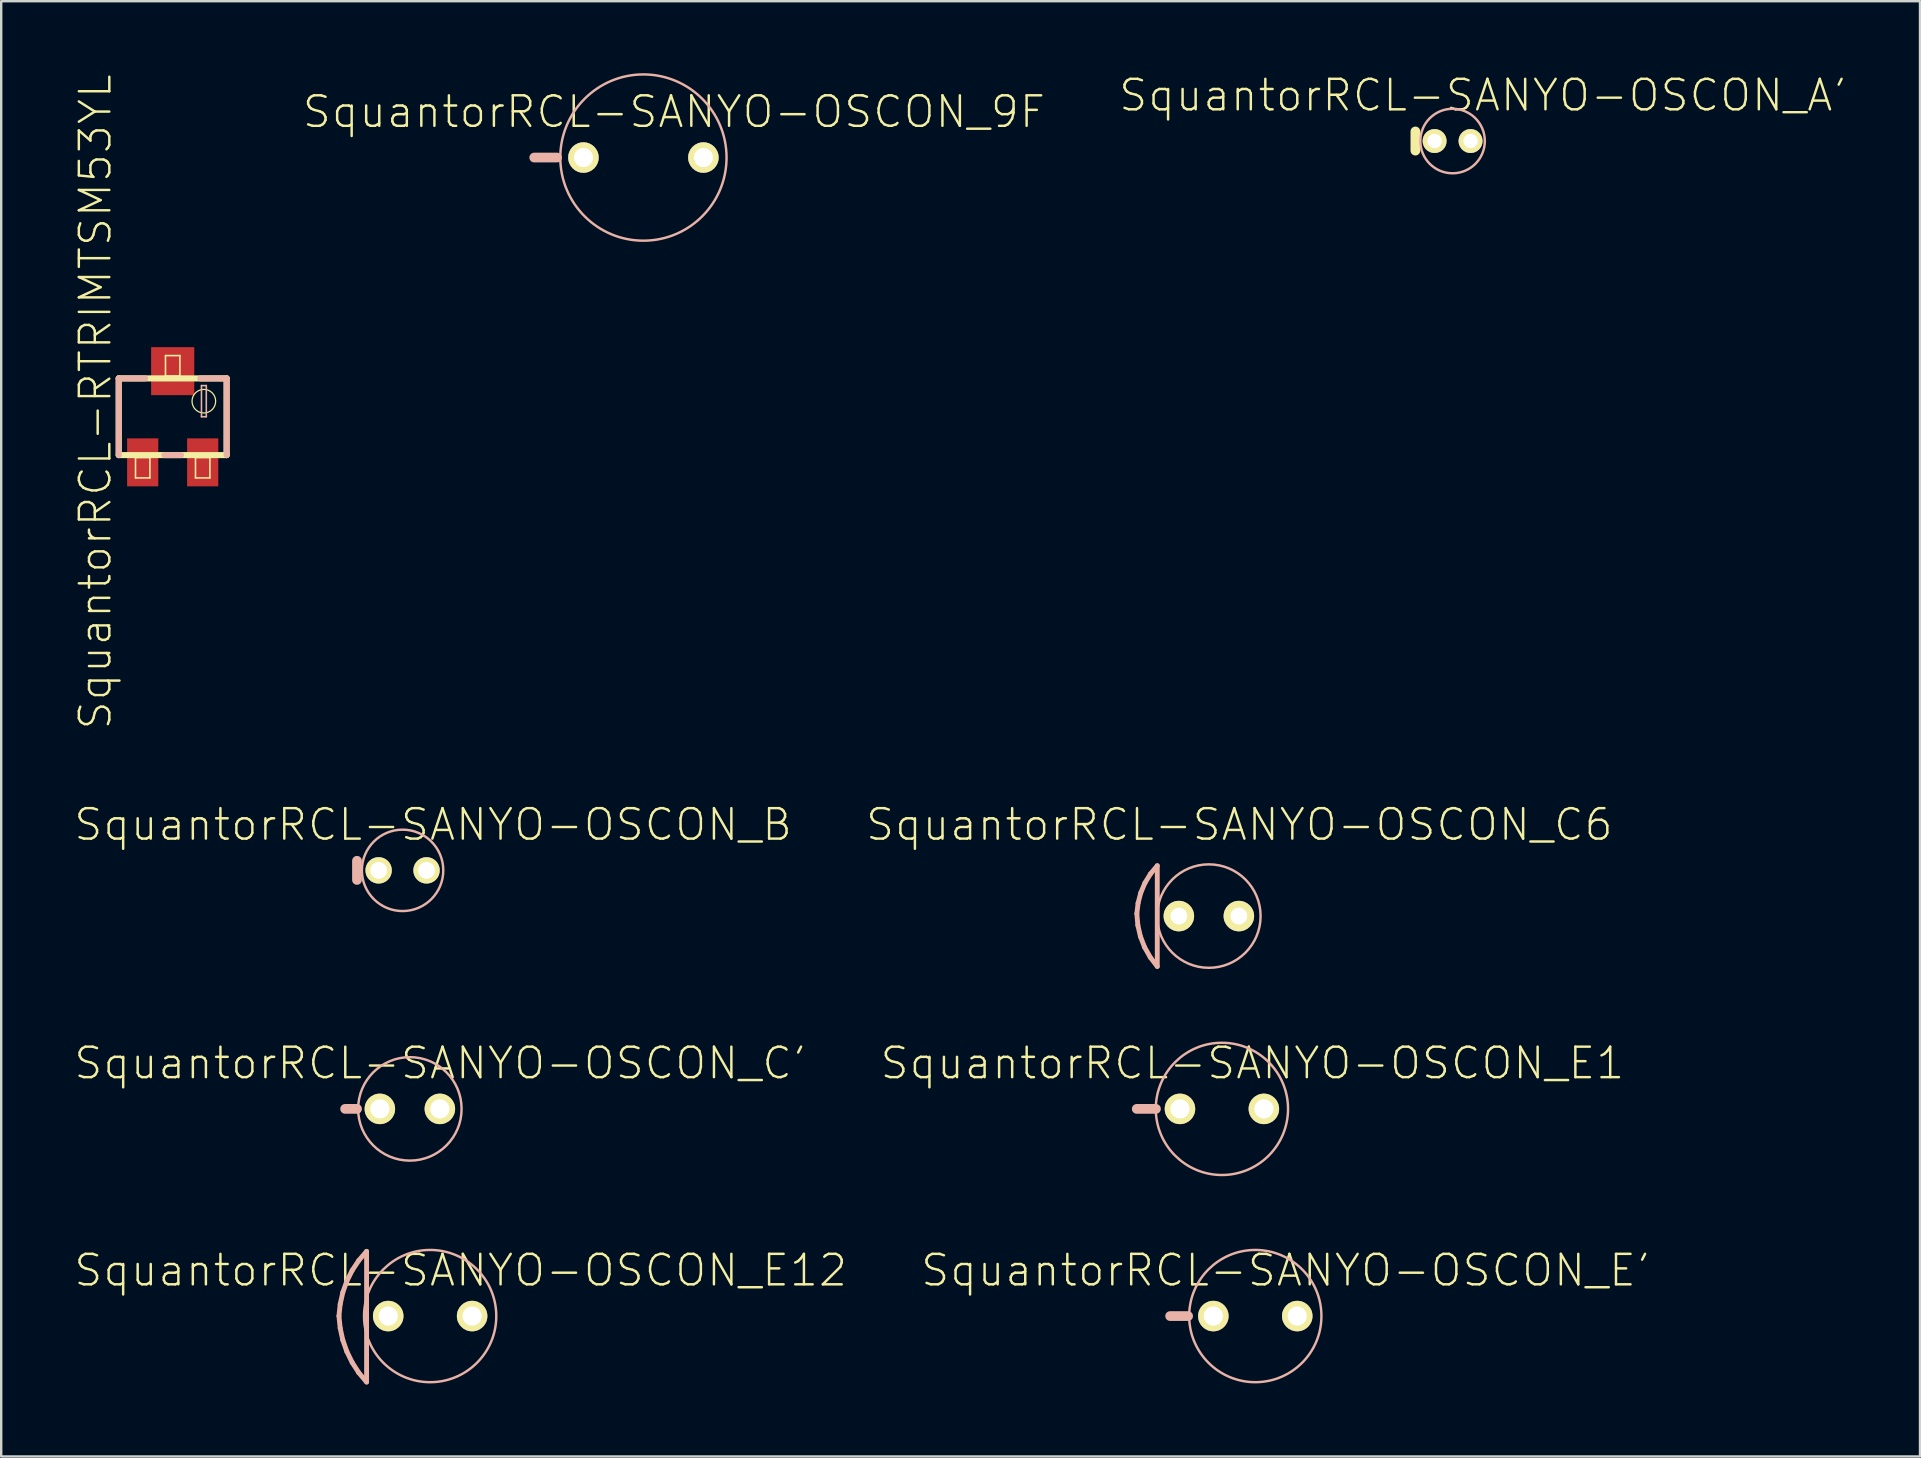
<source format=kicad_pcb>
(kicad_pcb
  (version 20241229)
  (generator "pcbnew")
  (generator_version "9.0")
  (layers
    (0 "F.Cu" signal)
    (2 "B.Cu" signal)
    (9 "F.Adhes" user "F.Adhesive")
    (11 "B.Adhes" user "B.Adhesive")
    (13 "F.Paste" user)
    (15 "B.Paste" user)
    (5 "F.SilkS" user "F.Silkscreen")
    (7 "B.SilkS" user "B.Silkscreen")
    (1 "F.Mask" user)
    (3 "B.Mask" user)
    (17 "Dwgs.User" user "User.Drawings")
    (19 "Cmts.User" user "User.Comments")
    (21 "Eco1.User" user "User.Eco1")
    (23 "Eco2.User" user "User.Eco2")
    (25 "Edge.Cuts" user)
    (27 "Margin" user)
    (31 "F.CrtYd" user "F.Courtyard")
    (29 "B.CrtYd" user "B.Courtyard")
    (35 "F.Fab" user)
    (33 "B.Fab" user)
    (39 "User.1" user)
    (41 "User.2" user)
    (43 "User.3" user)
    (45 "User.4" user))
  (footprint "SquantorRCL-SANYO-OSCON_E1"
    (layer "F.Cu")
    (at 47.859 43.15)
    (property "Reference" "SquantorRCL-SANYO-OSCON_E1" (at 1.27 -1.905 0) (layer "F.SilkS") (effects (font (size 1.27 1.27) (thickness 0.102))))
    (attr exclude_from_pos_files exclude_from_bom)
    (fp_line (start -3.548 0) (end -2.748 0) (stroke (width 0.406) (type solid)) (layer "B.SilkS"))
    (fp_circle (center 0 0) (end -1.948 1.948) (stroke (width 0.102) (type solid)) (fill no) (layer "B.SilkS"))
    (pad "+" thru_hole circle (at 1.748 0) (size 1.27 1.27) (drill 0.798) (layers "*.Cu" "F.Mask" "F.SilkS" "F.Paste"))
    (pad "-" thru_hole circle (at -1.748 0) (size 1.27 1.27) (drill 0.798) (layers "*.Cu" "F.Mask" "F.SilkS" "F.Paste")))
  (footprint "SquantorRCL-SANYO-OSCON_E'"
    (layer "F.Cu")
    (at 49.25 51.782)
    (property "Reference" "SquantorRCL-SANYO-OSCON_E'" (at 1.27 -1.905 0) (layer "F.SilkS") (effects (font (size 1.27 1.27) (thickness 0.102))))
    (attr exclude_from_pos_files exclude_from_bom)
    (fp_line (start -3.548 0) (end -2.799 0) (stroke (width 0.406) (type solid)) (layer "B.SilkS"))
    (fp_circle (center 0 0) (end -1.948 1.948) (stroke (width 0.102) (type solid)) (fill no) (layer "B.SilkS"))
    (pad "+" thru_hole circle (at 1.748 0) (size 1.27 1.27) (drill 0.798) (layers "*.Cu" "F.Mask" "F.SilkS" "F.Paste"))
    (pad "-" thru_hole circle (at -1.748 0) (size 1.27 1.27) (drill 0.798) (layers "*.Cu" "F.Mask" "F.SilkS" "F.Paste")))
  (footprint "SquantorRCL-SANYO-OSCON_C'"
    (layer "F.Cu")
    (at 14.026 43.15)
    (property "Reference" "SquantorRCL-SANYO-OSCON_C'" (at 1.27 -1.905 0) (layer "F.SilkS") (effects (font (size 1.27 1.27) (thickness 0.102))))
    (attr exclude_from_pos_files exclude_from_bom)
    (fp_line (start -2.2 0) (end -2.697 0) (stroke (width 0.406) (type solid)) (layer "B.SilkS"))
    (fp_circle (center 0 0) (end -1.524 1.524) (stroke (width 0.102) (type solid)) (fill no) (layer "B.SilkS"))
    (pad "+" thru_hole circle (at 1.25 0) (size 1.27 1.27) (drill 0.798) (layers "*.Cu" "F.Mask" "F.SilkS" "F.Paste"))
    (pad "-" thru_hole circle (at -1.25 0) (size 1.27 1.27) (drill 0.798) (layers "*.Cu" "F.Mask" "F.SilkS" "F.Paste")))
  (footprint "SquantorRCL-SANYO-OSCON_9F"
    (layer "F.Cu")
    (at 23.757 3.514)
    (property "Reference" "SquantorRCL-SANYO-OSCON_9F" (at 1.27 -1.905 0) (layer "F.SilkS") (effects (font (size 1.27 1.27) (thickness 0.102))))
    (attr exclude_from_pos_files exclude_from_bom)
    (fp_line (start -4.549 0) (end -3.599 0) (stroke (width 0.406) (type solid)) (layer "B.SilkS"))
    (fp_circle (center 0 0) (end -2.449 2.449) (stroke (width 0.102) (type solid)) (fill no) (layer "B.SilkS"))
    (pad "+" thru_hole circle (at 2.499 0) (size 1.27 1.27) (drill 0.798) (layers "*.Cu" "F.Mask" "F.SilkS" "F.Paste"))
    (pad "-" thru_hole circle (at -2.499 0) (size 1.27 1.27) (drill 0.798) (layers "*.Cu" "F.Mask" "F.SilkS" "F.Paste")))
  (footprint "SquantorRCL-SANYO-OSCON_B"
    (layer "F.Cu")
    (at 13.723 33.212)
    (property "Reference" "SquantorRCL-SANYO-OSCON_B" (at 1.27 -1.905 0) (layer "F.SilkS") (effects (font (size 1.27 1.27) (thickness 0.102))))
    (attr exclude_from_pos_files exclude_from_bom)
    (fp_line (start -1.9 0.399) (end -1.9 -0.399) (stroke (width 0.406) (type solid)) (layer "B.SilkS"))
    (fp_circle (center 0 0) (end -1.199 1.199) (stroke (width 0.102) (type solid)) (fill no) (layer "B.SilkS"))
    (pad "+" thru_hole circle (at 0.998 0) (size 1.1 1.1) (drill 0.699) (layers "*.Cu" "F.Mask" "F.SilkS" "F.Paste"))
    (pad "-" thru_hole circle (at -0.998 0) (size 1.1 1.1) (drill 0.699) (layers "*.Cu" "F.Mask" "F.SilkS" "F.Paste")))
  (footprint "SquantorRCL-RTRIMTSM53YL"
    (layer "F.Cu")
    (at 4.145 14.313)
    (property "Reference" "SquantorRCL-RTRIMTSM53YL" (at -3.223 -0.62 90) (layer "F.SilkS") (effects (font (size 1.27 1.27) (thickness 0.102))))
    (attr smd)
    (fp_line (start -2.248 -1.598) (end -2.248 1.598) (stroke (width 0.254) (type solid)) (layer "F.SilkS"))
    (fp_line (start -2.248 1.598) (end 2.248 1.598) (stroke (width 0.254) (type solid)) (layer "F.SilkS"))
    (fp_line (start -1.549 1.699) (end -0.95 1.699) (stroke (width 0.066) (type solid)) (layer "F.SilkS"))
    (fp_line (start -1.549 2.548) (end -1.549 1.699) (stroke (width 0.066) (type solid)) (layer "F.SilkS"))
    (fp_line (start -1.549 2.548) (end -0.95 2.548) (stroke (width 0.066) (type solid)) (layer "F.SilkS"))
    (fp_line (start -0.95 2.548) (end -0.95 1.699) (stroke (width 0.066) (type solid)) (layer "F.SilkS"))
    (fp_line (start -0.3 -2.548) (end 0.3 -2.548) (stroke (width 0.066) (type solid)) (layer "F.SilkS"))
    (fp_line (start -0.3 -1.699) (end -0.3 -2.548) (stroke (width 0.066) (type solid)) (layer "F.SilkS"))
    (fp_line (start -0.3 -1.699) (end 0.3 -1.699) (stroke (width 0.066) (type solid)) (layer "F.SilkS"))
    (fp_line (start 0.3 -1.699) (end 0.3 -2.548) (stroke (width 0.066) (type solid)) (layer "F.SilkS"))
    (fp_line (start 0.95 1.699) (end 1.549 1.699) (stroke (width 0.066) (type solid)) (layer "F.SilkS"))
    (fp_line (start 0.95 2.548) (end 0.95 1.699) (stroke (width 0.066) (type solid)) (layer "F.SilkS"))
    (fp_line (start 0.95 2.548) (end 1.549 2.548) (stroke (width 0.066) (type solid)) (layer "F.SilkS"))
    (fp_line (start 1.549 2.548) (end 1.549 1.699) (stroke (width 0.066) (type solid)) (layer "F.SilkS"))
    (fp_line (start 2.248 -1.598) (end -2.248 -1.598) (stroke (width 0.254) (type solid)) (layer "F.SilkS"))
    (fp_line (start 2.248 1.598) (end 2.248 -1.598) (stroke (width 0.254) (type solid)) (layer "F.SilkS"))
    (fp_circle (center 1.298 -0.648) (end 1.646 -0.996) (stroke (width 0.051) (type solid)) (fill no) (layer "F.SilkS"))
    (fp_line (start -2.248 -1.598) (end -1.148 -1.598) (stroke (width 0.254) (type solid)) (layer "B.SilkS"))
    (fp_line (start -2.248 1.598) (end -2.248 -1.598) (stroke (width 0.254) (type solid)) (layer "B.SilkS"))
    (fp_line (start -0.348 1.598) (end 0.348 1.598) (stroke (width 0.254) (type solid)) (layer "B.SilkS"))
    (fp_line (start 1.199 -1.298) (end 1.4 -1.298) (stroke (width 0.066) (type solid)) (layer "B.SilkS"))
    (fp_line (start 1.199 0) (end 1.199 -1.298) (stroke (width 0.066) (type solid)) (layer "B.SilkS"))
    (fp_line (start 1.199 0) (end 1.4 0) (stroke (width 0.066) (type solid)) (layer "B.SilkS"))
    (fp_line (start 1.4 0) (end 1.4 -1.298) (stroke (width 0.066) (type solid)) (layer "B.SilkS"))
    (fp_line (start 2.248 -1.598) (end 1.148 -1.598) (stroke (width 0.254) (type solid)) (layer "B.SilkS"))
    (fp_line (start 2.248 1.598) (end 2.248 -1.598) (stroke (width 0.254) (type solid)) (layer "B.SilkS"))
    (pad "1" smd rect (at -1.25 1.9) (size 1.298 1.999) (layers "F.Cu" "F.Mask" "F.Paste"))
    (pad "2" smd rect (at 0 -1.9) (size 1.798 1.999) (layers "F.Cu" "F.Mask" "F.Paste"))
    (pad "3" smd rect (at 1.25 1.9) (size 1.298 1.999) (layers "F.Cu" "F.Mask" "F.Paste")))
  (footprint "SquantorRCL-SANYO-OSCON_A'"
    (layer "F.Cu")
    (at 57.469 2.826)
    (property "Reference" "SquantorRCL-SANYO-OSCON_A'" (at 1.27 -1.905 0) (layer "F.SilkS") (effects (font (size 1.27 1.27) (thickness 0.102))))
    (attr exclude_from_pos_files exclude_from_bom)
    (fp_line (start -1.549 0.399) (end -1.549 -0.399) (stroke (width 0.406) (type solid)) (layer "F.SilkS"))
    (fp_circle (center 0 0) (end -0.95 0.95) (stroke (width 0.102) (type solid)) (fill no) (layer "B.SilkS"))
    (pad "+" thru_hole circle (at 0.749 0) (size 0.998 0.998) (drill 0.599) (layers "*.Cu" "F.Mask" "F.SilkS" "F.Paste"))
    (pad "-" thru_hole circle (at -0.749 0) (size 0.998 0.998) (drill 0.599) (layers "*.Cu" "F.Mask" "F.SilkS" "F.Paste")))
  (footprint "SquantorRCL-SANYO-OSCON_E12"
    (layer "F.Cu")
    (at 14.872 51.782)
    (property "Reference" "SquantorRCL-SANYO-OSCON_E12" (at 1.27 -1.905 0) (layer "F.SilkS") (effects (font (size 1.27 1.27) (thickness 0.102))))
    (attr exclude_from_pos_files exclude_from_bom)
    (fp_line (start -3.8 0) (end -3.749 -0.495) (stroke (width 0.203) (type solid)) (layer "B.SilkS"))
    (fp_line (start -3.749 -0.495) (end -3.64 -0.983) (stroke (width 0.203) (type solid)) (layer "B.SilkS"))
    (fp_line (start -3.749 0.503) (end -3.8 0) (stroke (width 0.203) (type solid)) (layer "B.SilkS"))
    (fp_line (start -3.64 -0.983) (end -3.472 -1.455) (stroke (width 0.203) (type solid)) (layer "B.SilkS"))
    (fp_line (start -3.64 0.998) (end -3.749 0.503) (stroke (width 0.203) (type solid)) (layer "B.SilkS"))
    (fp_line (start -3.472 -1.455) (end -3.249 -1.902) (stroke (width 0.203) (type solid)) (layer "B.SilkS"))
    (fp_line (start -3.472 1.478) (end -3.64 0.998) (stroke (width 0.203) (type solid)) (layer "B.SilkS"))
    (fp_line (start -3.249 -1.902) (end -2.972 -2.319) (stroke (width 0.203) (type solid)) (layer "B.SilkS"))
    (fp_line (start -3.249 1.933) (end -3.472 1.478) (stroke (width 0.203) (type solid)) (layer "B.SilkS"))
    (fp_line (start -2.974 2.36) (end -3.249 1.933) (stroke (width 0.203) (type solid)) (layer "B.SilkS"))
    (fp_line (start -2.972 -2.319) (end -2.649 -2.697) (stroke (width 0.203) (type solid)) (layer "B.SilkS"))
    (fp_line (start -2.649 -2.697) (end -2.649 2.748) (stroke (width 0.203) (type solid)) (layer "B.SilkS"))
    (fp_line (start -2.649 2.748) (end -2.974 2.36) (stroke (width 0.203) (type solid)) (layer "B.SilkS"))
    (fp_circle (center 0 0) (end -1.948 1.948) (stroke (width 0.102) (type solid)) (fill no) (layer "B.SilkS"))
    (pad "+" thru_hole circle (at 1.748 0) (size 1.27 1.27) (drill 0.798) (layers "*.Cu" "F.Mask" "F.SilkS" "F.Paste"))
    (pad "-" thru_hole circle (at -1.748 0) (size 1.27 1.27) (drill 0.798) (layers "*.Cu" "F.Mask" "F.SilkS" "F.Paste")))
  (footprint "SquantorRCL-SANYO-OSCON_C6"
    (layer "F.Cu")
    (at 47.315 35.117)
    (property "Reference" "SquantorRCL-SANYO-OSCON_C6" (at 1.27 -3.81 0) (layer "F.SilkS") (effects (font (size 1.27 1.27) (thickness 0.102))))
    (attr exclude_from_pos_files exclude_from_bom)
    (fp_line (start -3 -0.099) (end -2.949 -0.541) (stroke (width 0.203) (type solid)) (layer "B.SilkS"))
    (fp_line (start -2.959 0.378) (end -3 -0.099) (stroke (width 0.203) (type solid)) (layer "B.SilkS"))
    (fp_line (start -2.949 -0.541) (end -2.837 -0.97) (stroke (width 0.203) (type solid)) (layer "B.SilkS"))
    (fp_line (start -2.852 0.848) (end -2.959 0.378) (stroke (width 0.203) (type solid)) (layer "B.SilkS"))
    (fp_line (start -2.837 -0.97) (end -2.664 -1.379) (stroke (width 0.203) (type solid)) (layer "B.SilkS"))
    (fp_line (start -2.677 1.298) (end -2.852 0.848) (stroke (width 0.203) (type solid)) (layer "B.SilkS"))
    (fp_line (start -2.664 -1.379) (end -2.433 -1.758) (stroke (width 0.203) (type solid)) (layer "B.SilkS"))
    (fp_line (start -2.441 1.717) (end -2.677 1.298) (stroke (width 0.203) (type solid)) (layer "B.SilkS"))
    (fp_line (start -2.433 -1.758) (end -2.149 -2.098) (stroke (width 0.203) (type solid)) (layer "B.SilkS"))
    (fp_line (start -2.149 -2.098) (end -2.149 2.098) (stroke (width 0.203) (type solid)) (layer "B.SilkS"))
    (fp_line (start -2.149 2.098) (end -2.441 1.717) (stroke (width 0.203) (type solid)) (layer "B.SilkS"))
    (fp_circle (center 0 0) (end -1.524 1.524) (stroke (width 0.102) (type solid)) (fill no) (layer "B.SilkS"))
    (pad "+" thru_hole circle (at 1.25 0) (size 1.27 1.27) (drill 0.699) (layers "*.Cu" "F.Mask" "F.SilkS" "F.Paste"))
    (pad "-" thru_hole circle (at -1.25 0) (size 1.27 1.27) (drill 0.699) (layers "*.Cu" "F.Mask" "F.SilkS" "F.Paste")))
  (gr_rect
    (start -3 -3)
    (end 76.944 57.632)
    (stroke (width 0.1) (type default))
    (fill no)
    (layer "Edge.Cuts")))
</source>
